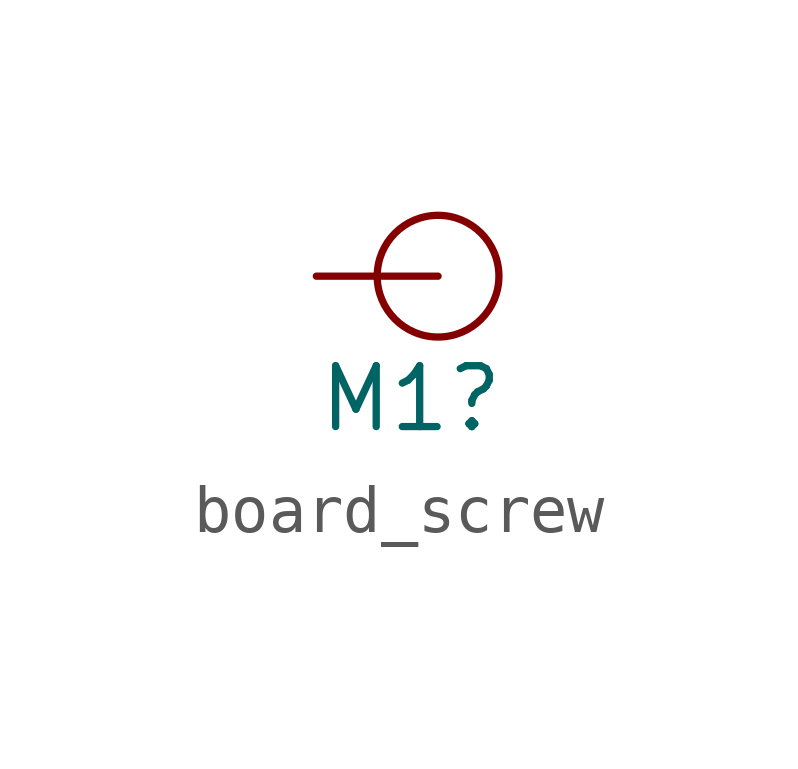
<source format=kicad_sym>
(kicad_symbol_lib
  (version 20241209)
  (generator "kicad_symbol_editor")
  (generator_version "9.0")
  (symbol "board_screw"
    (property "Reference" "M1"
      (at 0 -3.302 0)
      (effects (font (size 1.27 1.27)) (justify left bottom)))
    (symbol "board_screw_0_1"
      (circle (center 2.54 0) (radius 1.27) (stroke (width 0) (type default)) (fill (type none))))
    (symbol "board_screw_1_0"
      (pin passive line (at 0 0 0) (length 2.54) (name "S" (effects (font (size 0 0)))) (number "S" (effects (font (size 0 0))))))))
</source>
